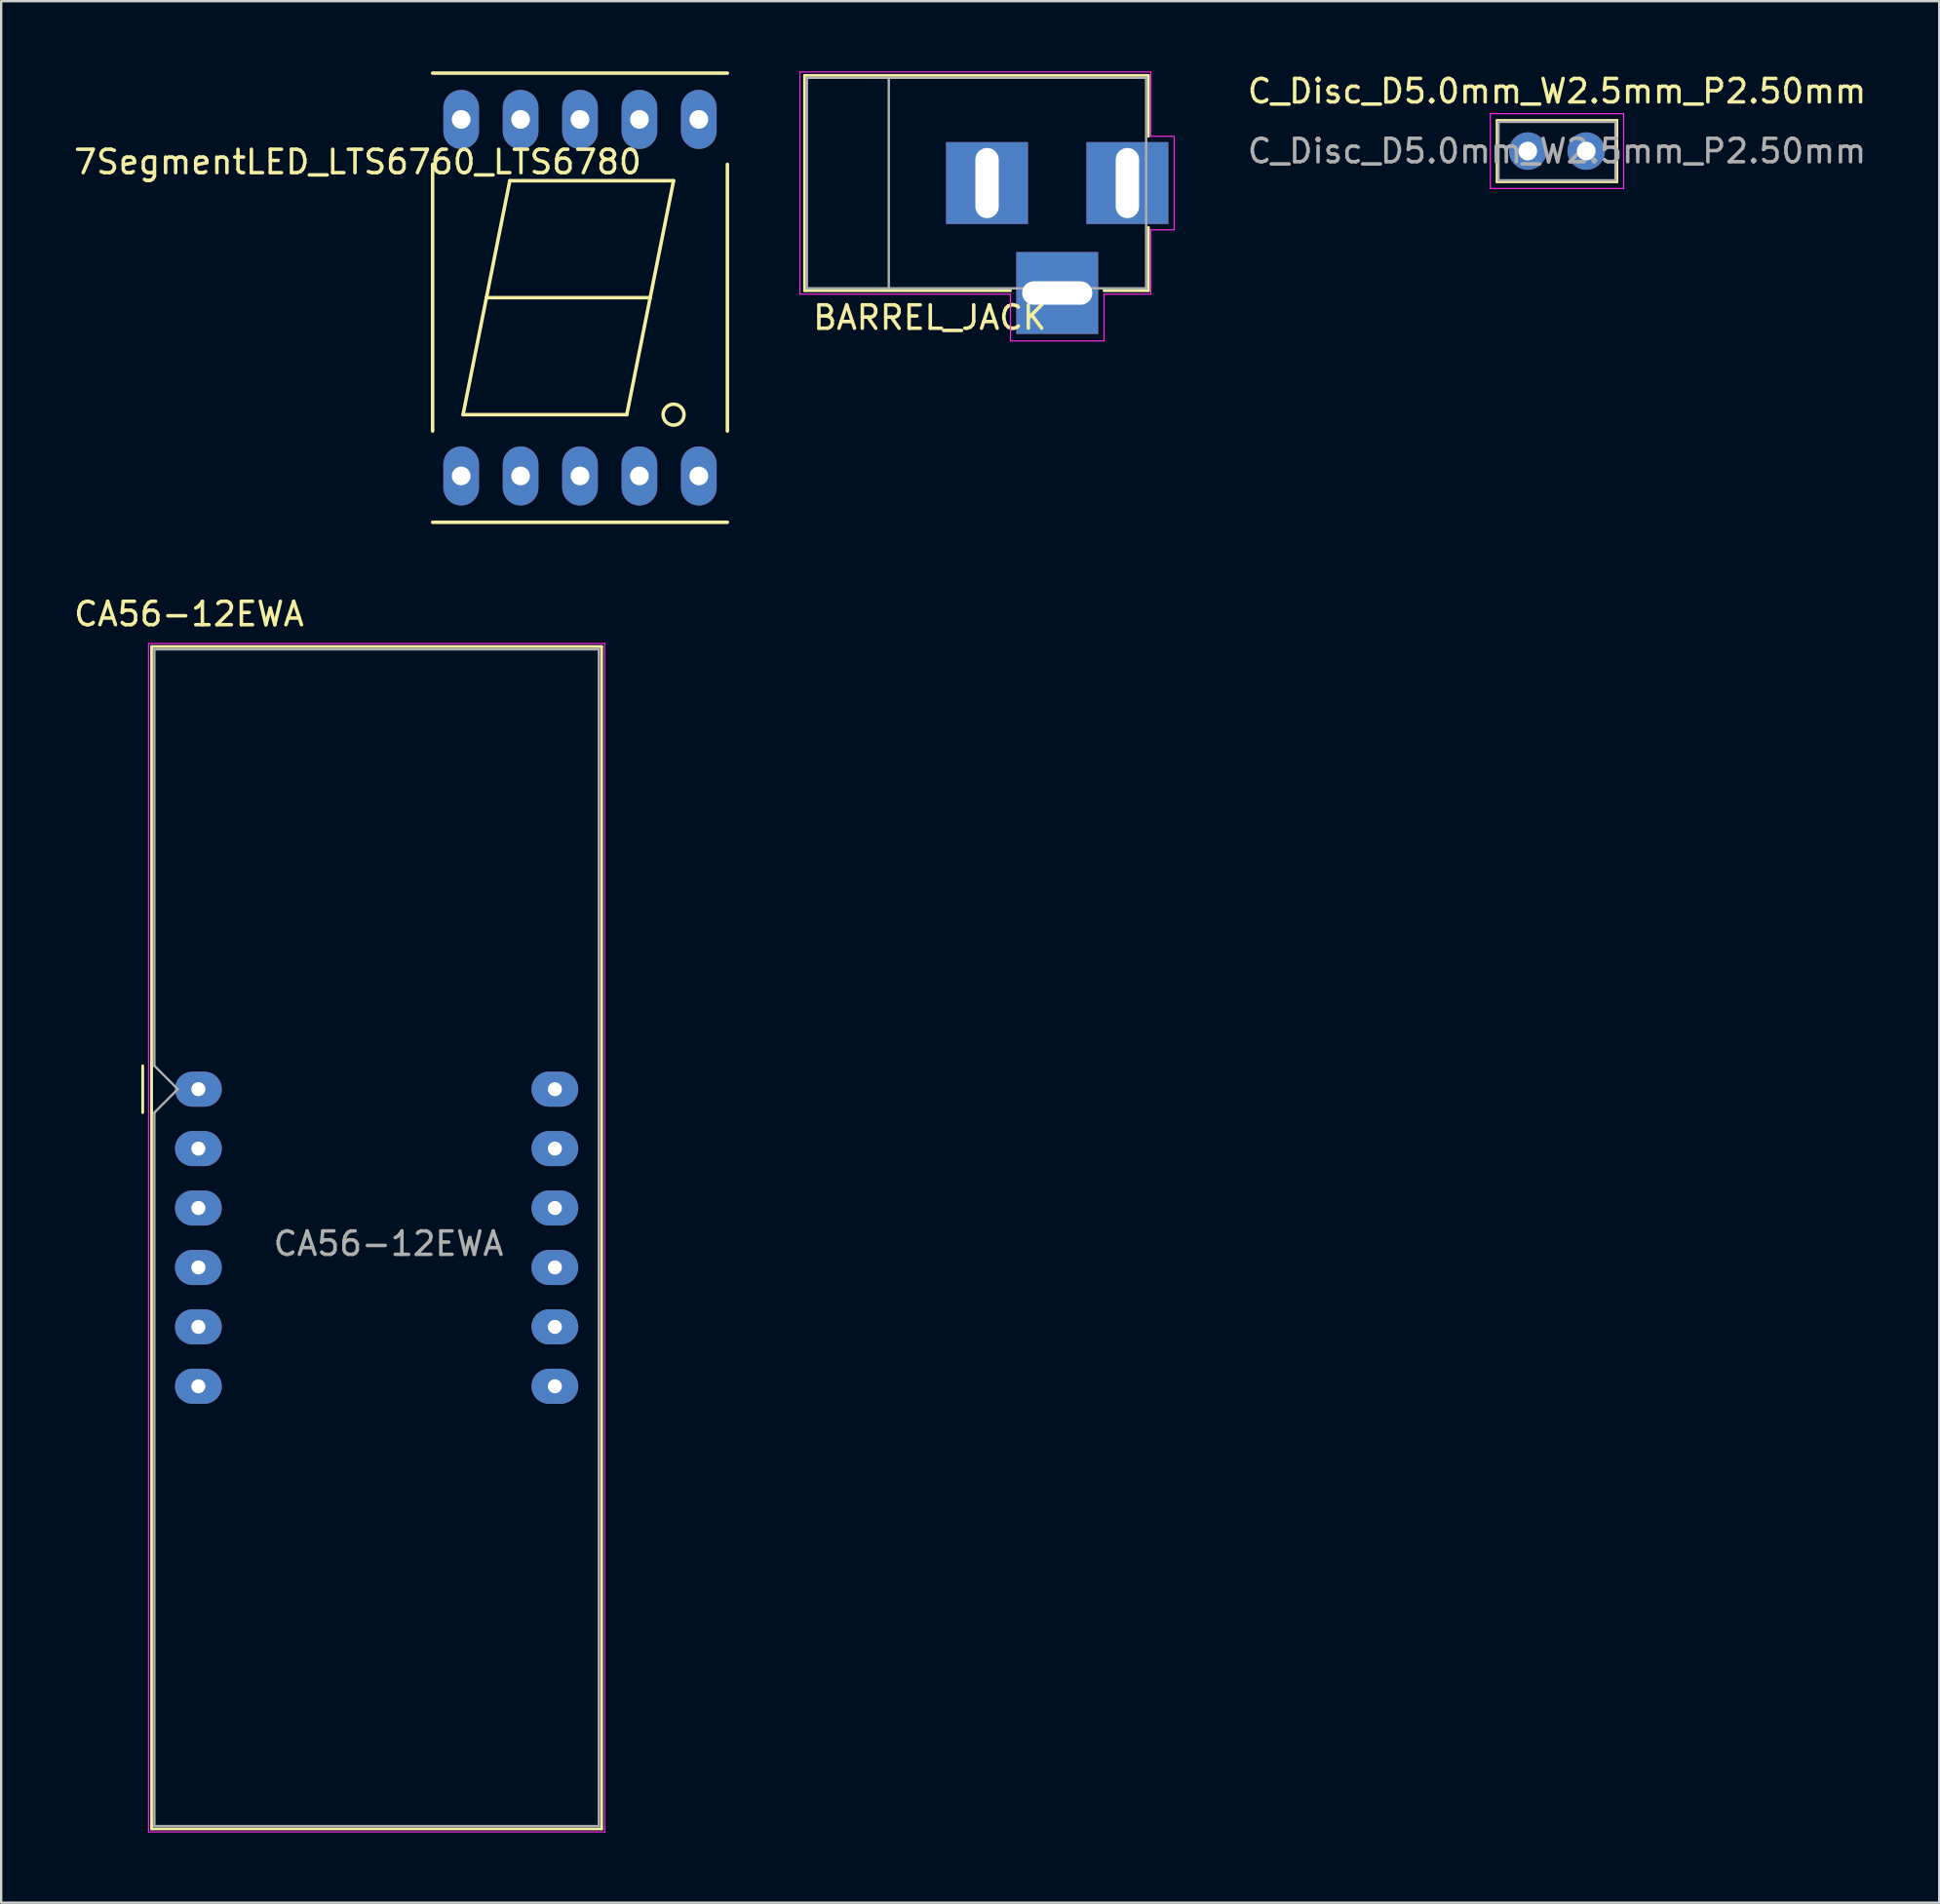
<source format=kicad_pcb>
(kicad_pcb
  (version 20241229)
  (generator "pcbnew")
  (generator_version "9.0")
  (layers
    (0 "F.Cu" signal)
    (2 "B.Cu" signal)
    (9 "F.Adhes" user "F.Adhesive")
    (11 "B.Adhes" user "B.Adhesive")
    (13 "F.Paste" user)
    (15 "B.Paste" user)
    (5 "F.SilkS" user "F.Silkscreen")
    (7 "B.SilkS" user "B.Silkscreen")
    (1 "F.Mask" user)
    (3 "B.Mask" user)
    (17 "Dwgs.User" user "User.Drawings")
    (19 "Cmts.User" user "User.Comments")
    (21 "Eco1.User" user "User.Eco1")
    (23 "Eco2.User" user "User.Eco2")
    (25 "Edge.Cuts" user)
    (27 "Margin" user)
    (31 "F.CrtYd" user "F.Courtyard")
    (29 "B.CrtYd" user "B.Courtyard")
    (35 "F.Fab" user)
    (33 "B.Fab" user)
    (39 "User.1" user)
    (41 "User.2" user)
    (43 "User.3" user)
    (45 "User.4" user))
  (footprint "BARREL_JACK"
    (layer "F.Cu")
    (at 45.144 4.775)
    (property "Reference" "BARREL_JACK" (at -8.45 5.75 180) (layer "F.SilkS") (effects (font (size 1 1) (thickness 0.15))))
    (attr through_hole)
    (fp_line (start -13.8 -4.6) (end 0.9 -4.6) (stroke (width 0.12) (type solid)) (layer "F.SilkS"))
    (fp_line (start -13.8 4.6) (end -13.8 -4.6) (stroke (width 0.12) (type solid)) (layer "F.SilkS"))
    (fp_line (start -5 4.6) (end -13.8 4.6) (stroke (width 0.12) (type solid)) (layer "F.SilkS"))
    (fp_line (start 0.9 -4.6) (end 0.9 -2) (stroke (width 0.12) (type solid)) (layer "F.SilkS"))
    (fp_line (start 0.9 1.9) (end 0.9 4.6) (stroke (width 0.12) (type solid)) (layer "F.SilkS"))
    (fp_line (start 0.9 4.6) (end -1 4.6) (stroke (width 0.12) (type solid)) (layer "F.SilkS"))
    (fp_line (start -14 4.75) (end -14 -4.75) (stroke (width 0.05) (type solid)) (layer "F.CrtYd"))
    (fp_line (start -5 4.75) (end -14 4.75) (stroke (width 0.05) (type solid)) (layer "F.CrtYd"))
    (fp_line (start -5 6.75) (end -5 4.75) (stroke (width 0.05) (type solid)) (layer "F.CrtYd"))
    (fp_line (start -1 4.75) (end -1 6.75) (stroke (width 0.05) (type solid)) (layer "F.CrtYd"))
    (fp_line (start -1 6.75) (end -5 6.75) (stroke (width 0.05) (type solid)) (layer "F.CrtYd"))
    (fp_line (start 1 -4.75) (end -14 -4.75) (stroke (width 0.05) (type solid)) (layer "F.CrtYd"))
    (fp_line (start 1 -4.5) (end 1 -4.75) (stroke (width 0.05) (type solid)) (layer "F.CrtYd"))
    (fp_line (start 1 -4.5) (end 1 -2) (stroke (width 0.05) (type solid)) (layer "F.CrtYd"))
    (fp_line (start 1 -2) (end 2 -2) (stroke (width 0.05) (type solid)) (layer "F.CrtYd"))
    (fp_line (start 1 2) (end 1 4.75) (stroke (width 0.05) (type solid)) (layer "F.CrtYd"))
    (fp_line (start 1 4.75) (end -1 4.75) (stroke (width 0.05) (type solid)) (layer "F.CrtYd"))
    (fp_line (start 2 -2) (end 2 2) (stroke (width 0.05) (type solid)) (layer "F.CrtYd"))
    (fp_line (start 2 2) (end 1 2) (stroke (width 0.05) (type solid)) (layer "F.CrtYd"))
    (fp_line (start -13.7 -4.5) (end -13.7 4.5) (stroke (width 0.1) (type solid)) (layer "F.Fab"))
    (fp_line (start -13.7 4.5) (end 0.8 4.5) (stroke (width 0.1) (type solid)) (layer "F.Fab"))
    (fp_line (start -10.2 -4.5) (end -10.2 4.5) (stroke (width 0.1) (type solid)) (layer "F.Fab"))
    (fp_line (start 0.8 -4.5) (end -13.7 -4.5) (stroke (width 0.1) (type solid)) (layer "F.Fab"))
    (fp_line (start 0.8 4.5) (end 0.8 -4.5) (stroke (width 0.1) (type solid)) (layer "F.Fab"))
    (pad "1" thru_hole rect (at 0 0) (size 3.5 3.5) (drill oval 1 3) (layers "*.Cu" "*.Mask"))
    (pad "2" thru_hole rect (at -6 0) (size 3.5 3.5) (drill oval 1 3) (layers "*.Cu" "*.Mask"))
    (pad "3" thru_hole rect (at -3 4.7) (size 3.5 3.5) (drill oval 3 1) (layers "*.Cu" "*.Mask")))
  (footprint "7SegmentLED_LTS6760_LTS6780"
    (layer "F.Cu")
    (at 21.744 9.675)
    (property "Reference" "7SegmentLED_LTS6760_LTS6780" (at -9.5 -5.8 0) (layer "F.SilkS") (effects (font (size 1 1) (thickness 0.15))))
    (attr through_hole)
    (fp_line (start -6.3 -9.6) (end 6.3 -9.6) (stroke (width 0.15) (type solid)) (layer "F.SilkS"))
    (fp_line (start -6.3 -5.7) (end -6.3 5.7) (stroke (width 0.15) (type solid)) (layer "F.SilkS"))
    (fp_line (start -5 5) (end 2 5) (stroke (width 0.15) (type solid)) (layer "F.SilkS"))
    (fp_line (start -4 0) (end -5 5) (stroke (width 0.15) (type solid)) (layer "F.SilkS"))
    (fp_line (start -3 -5) (end -4 0) (stroke (width 0.15) (type solid)) (layer "F.SilkS"))
    (fp_line (start -3 -5) (end 4 -5) (stroke (width 0.15) (type solid)) (layer "F.SilkS"))
    (fp_line (start 2 5) (end 3 0) (stroke (width 0.15) (type solid)) (layer "F.SilkS"))
    (fp_line (start 3 0) (end -4 0) (stroke (width 0.15) (type solid)) (layer "F.SilkS"))
    (fp_line (start 4 -5) (end 3 0) (stroke (width 0.15) (type solid)) (layer "F.SilkS"))
    (fp_line (start 6.3 -5.7) (end 6.3 5.7) (stroke (width 0.15) (type solid)) (layer "F.SilkS"))
    (fp_line (start 6.3 9.6) (end -6.3 9.6) (stroke (width 0.15) (type solid)) (layer "F.SilkS"))
    (fp_circle (center 4 5) (end 4.4 5.2) (stroke (width 0.15) (type solid)) (fill no) (layer "F.SilkS"))
    (pad "1" thru_hole oval (at -5.08 7.62) (size 1.524 2.524) (drill 0.8) (layers "*.Cu" "*.Mask"))
    (pad "2" thru_hole oval (at -2.54 7.62) (size 1.524 2.524) (drill 0.8) (layers "*.Cu" "*.Mask"))
    (pad "3" thru_hole oval (at 0 7.62) (size 1.524 2.524) (drill 0.8) (layers "*.Cu" "*.Mask"))
    (pad "4" thru_hole oval (at 2.54 7.62) (size 1.524 2.524) (drill 0.8) (layers "*.Cu" "*.Mask"))
    (pad "5" thru_hole oval (at 5.08 7.62) (size 1.524 2.524) (drill 0.8) (layers "*.Cu" "*.Mask"))
    (pad "6" thru_hole oval (at 5.08 -7.62) (size 1.524 2.524) (drill 0.8) (layers "*.Cu" "*.Mask"))
    (pad "7" thru_hole oval (at 2.54 -7.62) (size 1.524 2.524) (drill 0.8) (layers "*.Cu" "*.Mask"))
    (pad "8" thru_hole oval (at 0 -7.62) (size 1.524 2.524) (drill 0.8) (layers "*.Cu" "*.Mask"))
    (pad "9" thru_hole oval (at -2.54 -7.62) (size 1.524 2.524) (drill 0.8) (layers "*.Cu" "*.Mask"))
    (pad "10" thru_hole oval (at -5.08 -7.62) (size 1.524 2.524) (drill 0.8) (layers "*.Cu" "*.Mask")))
  (footprint "C_Disc_D5.0mm_W2.5mm_P2.50mm"
    (layer "F.Cu")
    (at 62.258 3.408)
    (property "Reference" "C_Disc_D5.0mm_W2.5mm_P2.50mm" (at 1.25 -2.56 0) (layer "F.SilkS") (effects (font (size 1 1) (thickness 0.15))))
    (attr through_hole)
    (fp_line (start -1.31 -1.31) (end -1.31 1.31) (stroke (width 0.12) (type solid)) (layer "F.SilkS"))
    (fp_line (start -1.31 -1.31) (end 3.81 -1.31) (stroke (width 0.12) (type solid)) (layer "F.SilkS"))
    (fp_line (start -1.31 1.31) (end 3.81 1.31) (stroke (width 0.12) (type solid)) (layer "F.SilkS"))
    (fp_line (start 3.81 -1.31) (end 3.81 1.31) (stroke (width 0.12) (type solid)) (layer "F.SilkS"))
    (fp_line (start -1.6 -1.6) (end -1.6 1.6) (stroke (width 0.05) (type solid)) (layer "F.CrtYd"))
    (fp_line (start -1.6 1.6) (end 4.1 1.6) (stroke (width 0.05) (type solid)) (layer "F.CrtYd"))
    (fp_line (start 4.1 -1.6) (end -1.6 -1.6) (stroke (width 0.05) (type solid)) (layer "F.CrtYd"))
    (fp_line (start 4.1 1.6) (end 4.1 -1.6) (stroke (width 0.05) (type solid)) (layer "F.CrtYd"))
    (fp_line (start -1.25 -1.25) (end -1.25 1.25) (stroke (width 0.1) (type solid)) (layer "F.Fab"))
    (fp_line (start -1.25 1.25) (end 3.75 1.25) (stroke (width 0.1) (type solid)) (layer "F.Fab"))
    (fp_line (start 3.75 -1.25) (end -1.25 -1.25) (stroke (width 0.1) (type solid)) (layer "F.Fab"))
    (fp_line (start 3.75 1.25) (end 3.75 -1.25) (stroke (width 0.1) (type solid)) (layer "F.Fab"))
    (fp_text user "${REFERENCE}" (at 1.25 0 0) (layer "F.Fab") (effects (font (size 1 1) (thickness 0.15))))
    (pad "1" thru_hole circle (at 0 0) (size 1.6 1.6) (drill 0.8) (layers "*.Cu" "*.Mask"))
    (pad "2" thru_hole circle (at 2.5 0) (size 1.6 1.6) (drill 0.8) (layers "*.Cu" "*.Mask")))
  (footprint "CA56-12EWA"
    (layer "F.Cu")
    (at 5.43 43.508)
    (property "Reference" "CA56-12EWA" (at -0.4 -20.31 0) (layer "F.SilkS") (effects (font (size 1 1) (thickness 0.15))))
    (attr through_hole)
    (fp_line (start -2.38 -1) (end -2.38 1) (stroke (width 0.12) (type solid)) (layer "F.SilkS"))
    (fp_line (start -2 -18.92) (end -2 31.62) (stroke (width 0.12) (type solid)) (layer "F.SilkS"))
    (fp_line (start -2 -18.92) (end 17.24 -18.92) (stroke (width 0.12) (type solid)) (layer "F.SilkS"))
    (fp_line (start -2 31.62) (end 17.24 31.62) (stroke (width 0.12) (type solid)) (layer "F.SilkS"))
    (fp_line (start 17.24 31.62) (end 17.24 -18.92) (stroke (width 0.12) (type solid)) (layer "F.SilkS"))
    (fp_line (start -2.13 -19.05) (end 17.37 -19.05) (stroke (width 0.05) (type solid)) (layer "F.CrtYd"))
    (fp_line (start -2.13 31.75) (end -2.13 -19.05) (stroke (width 0.05) (type solid)) (layer "F.CrtYd"))
    (fp_line (start 17.37 -19.05) (end 17.37 31.75) (stroke (width 0.05) (type solid)) (layer "F.CrtYd"))
    (fp_line (start 17.37 31.75) (end -2.13 31.75) (stroke (width 0.05) (type solid)) (layer "F.CrtYd"))
    (fp_line (start -1.88 -18.8) (end 17.12 -18.8) (stroke (width 0.1) (type solid)) (layer "F.Fab"))
    (fp_line (start -1.88 -1) (end -1.88 -18.8) (stroke (width 0.1) (type solid)) (layer "F.Fab"))
    (fp_line (start -1.88 1) (end -1.88 31.5) (stroke (width 0.1) (type solid)) (layer "F.Fab"))
    (fp_line (start -1.88 1) (end -0.88 0) (stroke (width 0.1) (type solid)) (layer "F.Fab"))
    (fp_line (start -1.88 31.5) (end 17.12 31.5) (stroke (width 0.1) (type solid)) (layer "F.Fab"))
    (fp_line (start -0.88 0) (end -1.88 -1) (stroke (width 0.1) (type solid)) (layer "F.Fab"))
    (fp_line (start 17.12 -18.8) (end 17.12 31.5) (stroke (width 0.1) (type solid)) (layer "F.Fab"))
    (fp_text user "${REFERENCE}" (at 8.128 6.604 0) (layer "F.Fab") (effects (font (size 1 1) (thickness 0.15))))
    (pad "1" thru_hole oval (at 0 0) (size 2 1.5) (drill 0.6) (layers "*.Cu" "*.Mask"))
    (pad "2" thru_hole oval (at 0 2.54) (size 2 1.5) (drill 0.6) (layers "*.Cu" "*.Mask"))
    (pad "3" thru_hole oval (at 0 5.08) (size 2 1.5) (drill 0.6) (layers "*.Cu" "*.Mask"))
    (pad "4" thru_hole oval (at 0 7.62) (size 2 1.5) (drill 0.6) (layers "*.Cu" "*.Mask"))
    (pad "5" thru_hole oval (at 0 10.16) (size 2 1.5) (drill 0.6) (layers "*.Cu" "*.Mask"))
    (pad "6" thru_hole oval (at 0 12.7) (size 2 1.5) (drill 0.6) (layers "*.Cu" "*.Mask"))
    (pad "7" thru_hole oval (at 15.24 12.7) (size 2 1.5) (drill 0.6) (layers "*.Cu" "*.Mask"))
    (pad "8" thru_hole oval (at 15.24 10.16) (size 2 1.5) (drill 0.6) (layers "*.Cu" "*.Mask"))
    (pad "9" thru_hole oval (at 15.24 7.62) (size 2 1.5) (drill 0.6) (layers "*.Cu" "*.Mask"))
    (pad "10" thru_hole oval (at 15.24 5.08) (size 2 1.5) (drill 0.6) (layers "*.Cu" "*.Mask"))
    (pad "11" thru_hole oval (at 15.24 2.54) (size 2 1.5) (drill 0.6) (layers "*.Cu" "*.Mask"))
    (pad "12" thru_hole oval (at 15.24 0) (size 2 1.5) (drill 0.6) (layers "*.Cu" "*.Mask")))
  (gr_rect
    (start -3 -3)
    (end 79.848 78.283)
    (stroke (width 0.1) (type default))
    (fill no)
    (layer "Edge.Cuts")))
</source>
